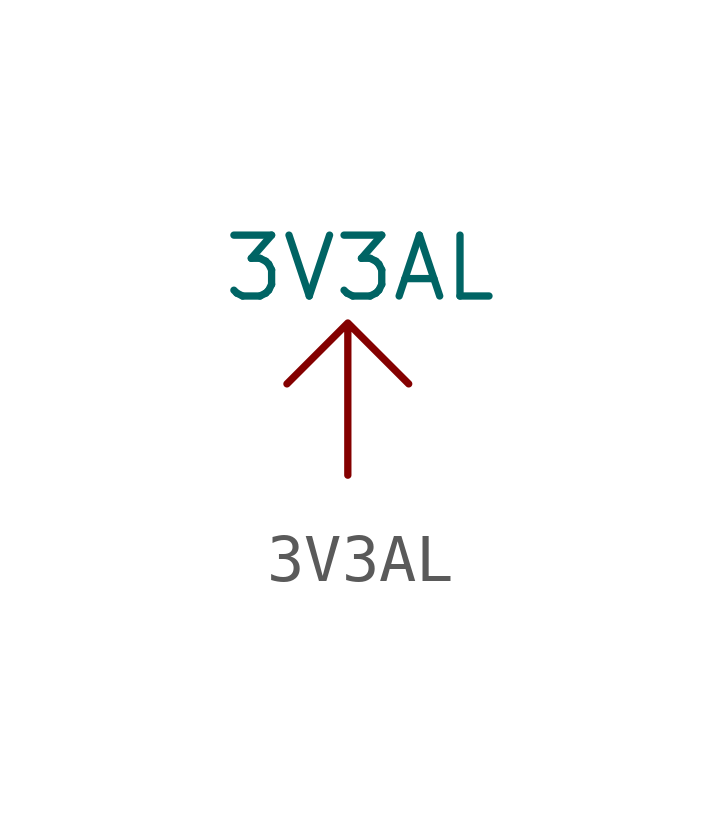
<source format=kicad_sym>
(kicad_symbol_lib
  (version 20231120)
  (generator "kicad_symbol_editor")
  (generator_version "8.0")
  (symbol "3V3AL"
    (power)
    (property "Reference" "#PWR"
      (at -7.62 3.302 0)
      (effects (font (size 1.27 1.27)) (hide yes)))
    (property "Value" "3V3AL"
      (at 0.254 1.778 0)
      (effects (font (size 1.27 1.27))))
    (symbol "3V3AL_0_1"
      (polyline (pts (xy 0 0) (xy 0 -2.54) (xy 0 0.635) (xy 1.27 -0.635) (xy 0 0.635) (xy -1.27 -0.635)) (stroke (width 0) (type default)) (fill (type none))))
    (symbol "3V3AL_1_1"
      (pin power_out line (at 0 -2.54 90) (length 2.54) hide (name "3V3AL" (effects (font (size 1.27 1.27)))) (number "1" (effects (font (size 1.27 1.27))))))))
</source>
